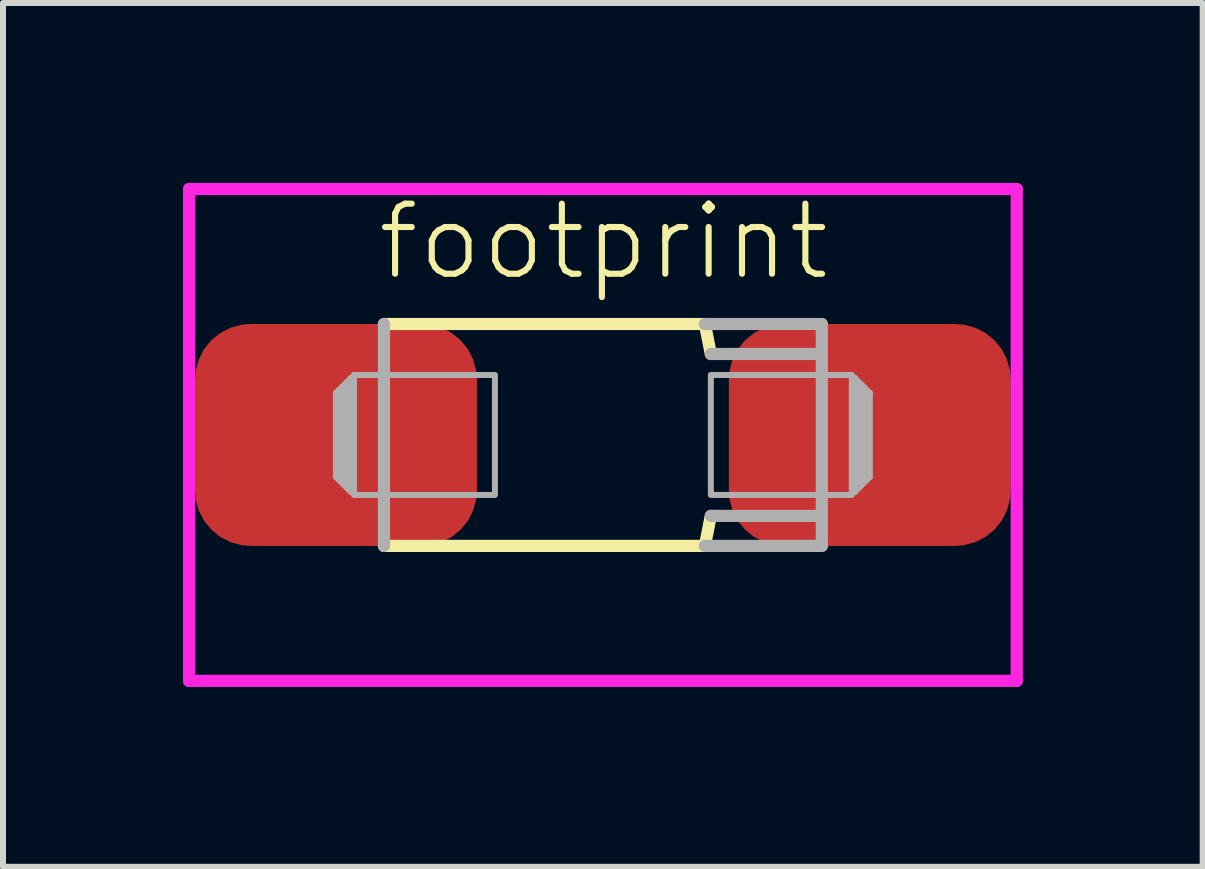
<source format=kicad_pcb>
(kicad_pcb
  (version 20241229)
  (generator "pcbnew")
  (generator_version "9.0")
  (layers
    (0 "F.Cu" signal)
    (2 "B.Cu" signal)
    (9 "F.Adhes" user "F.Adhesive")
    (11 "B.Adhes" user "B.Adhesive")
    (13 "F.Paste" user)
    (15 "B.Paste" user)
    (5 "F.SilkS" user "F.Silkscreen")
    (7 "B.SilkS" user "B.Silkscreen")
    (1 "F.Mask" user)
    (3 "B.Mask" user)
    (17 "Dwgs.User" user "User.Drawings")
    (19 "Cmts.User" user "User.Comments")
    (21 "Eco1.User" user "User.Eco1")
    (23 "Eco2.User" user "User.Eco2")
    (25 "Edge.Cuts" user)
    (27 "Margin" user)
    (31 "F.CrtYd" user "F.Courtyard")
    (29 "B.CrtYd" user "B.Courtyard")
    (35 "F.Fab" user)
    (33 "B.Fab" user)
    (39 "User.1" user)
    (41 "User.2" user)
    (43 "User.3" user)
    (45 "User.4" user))
  (footprint "footprint"
    (layer "F.Cu")
    (at 7.002 4.202)
    (property "Reference" "footprint" (at -3.81 -2.54 0) (layer "F.SilkS") (effects (font (size 1.168 1.168) (thickness 0.102)) (justify left bottom)))
    (fp_line (start -3.65 1.85) (end 1.7 1.85) (stroke (width 0.203) (type solid)) (layer "F.SilkS"))
    (fp_line (start 1.7 -1.85) (end -3.65 -1.85) (stroke (width 0.203) (type solid)) (layer "F.SilkS"))
    (fp_line (start 1.8 -1.35) (end 1.7 -1.85) (stroke (width 0.203) (type solid)) (layer "F.SilkS"))
    (fp_line (start 1.8 1.35) (end 1.7 1.85) (stroke (width 0.203) (type solid)) (layer "F.SilkS"))
    (fp_line (start -6.9 -4.1) (end -6.9 4.1) (stroke (width 0.203) (type solid)) (layer "F.CrtYd"))
    (fp_line (start -6.9 -4.1) (end 6.9 -4.1) (stroke (width 0.203) (type solid)) (layer "F.CrtYd"))
    (fp_line (start -6.9 4.1) (end 6.9 4.1) (stroke (width 0.203) (type solid)) (layer "F.CrtYd"))
    (fp_line (start 6.9 -4.1) (end 6.9 4.1) (stroke (width 0.203) (type solid)) (layer "F.CrtYd"))
    (fp_line (start -4.45 -0.7) (end -4.45 0.7) (stroke (width 0.102) (type solid)) (layer "F.Fab"))
    (fp_line (start -4.45 0.7) (end -4.2 0.95) (stroke (width 0.102) (type solid)) (layer "F.Fab"))
    (fp_line (start -4.3 -0.75) (end -4.3 0.75) (stroke (width 0.203) (type solid)) (layer "F.Fab"))
    (fp_line (start -4.2 -0.95) (end -4.45 -0.7) (stroke (width 0.102) (type solid)) (layer "F.Fab"))
    (fp_line (start -4.2 0.95) (end -4.2 -0.95) (stroke (width 0.102) (type solid)) (layer "F.Fab"))
    (fp_line (start -3.65 -1.85) (end -3.65 1.85) (stroke (width 0.203) (type solid)) (layer "F.Fab"))
    (fp_line (start 1.7 1.85) (end 3.65 1.85) (stroke (width 0.203) (type solid)) (layer "F.Fab"))
    (fp_line (start 3.55 -1.35) (end 1.8 -1.35) (stroke (width 0.203) (type solid)) (layer "F.Fab"))
    (fp_line (start 3.6 1.35) (end 1.8 1.35) (stroke (width 0.203) (type solid)) (layer "F.Fab"))
    (fp_line (start 3.65 -1.85) (end 1.7 -1.85) (stroke (width 0.203) (type solid)) (layer "F.Fab"))
    (fp_line (start 3.65 1.85) (end 3.65 -1.85) (stroke (width 0.203) (type solid)) (layer "F.Fab"))
    (fp_line (start 4.2 -0.95) (end 4.2 0.95) (stroke (width 0.102) (type solid)) (layer "F.Fab"))
    (fp_line (start 4.2 0.95) (end 4.45 0.7) (stroke (width 0.102) (type solid)) (layer "F.Fab"))
    (fp_line (start 4.3 0.75) (end 4.3 -0.75) (stroke (width 0.203) (type solid)) (layer "F.Fab"))
    (fp_line (start 4.45 -0.7) (end 4.2 -0.95) (stroke (width 0.102) (type solid)) (layer "F.Fab"))
    (fp_line (start 4.45 0.7) (end 4.45 -0.7) (stroke (width 0.102) (type solid)) (layer "F.Fab"))
    (fp_poly (pts (xy -4.15 1) (xy -1.8 1) (xy -1.8 -1) (xy -4.15 -1)) (stroke (width 0.1) (type solid)) (fill no) (layer "F.Fab"))
    (fp_poly (pts (xy 1.8 1) (xy 4.15 1) (xy 4.15 -1) (xy 1.8 -1)) (stroke (width 0.1) (type solid)) (fill no) (layer "F.Fab"))
    (pad "+" smd roundrect (at 4.45 0) (size 4.7 3.7) (layers "F.Cu" "F.Mask" "F.Paste") (roundrect_rratio 0.25))
    (pad "-" smd roundrect (at -4.45 0) (size 4.7 3.7) (layers "F.Cu" "F.Mask" "F.Paste") (roundrect_rratio 0.25)))
  (gr_rect
    (start -3 -3)
    (end 17.003 11.403)
    (stroke (width 0.1) (type default))
    (fill no)
    (layer "Edge.Cuts")))
</source>
